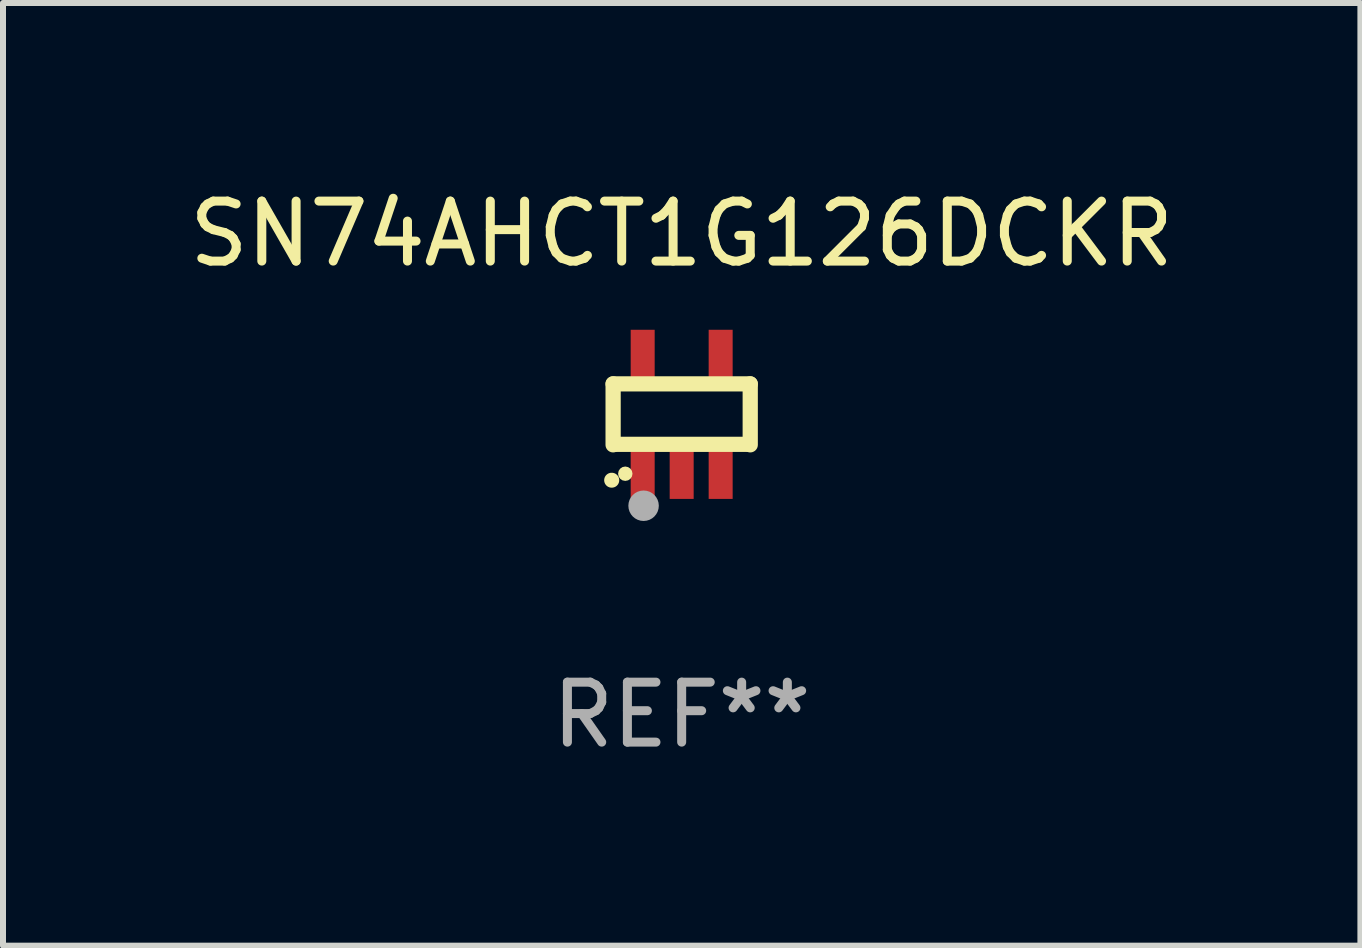
<source format=kicad_pcb>
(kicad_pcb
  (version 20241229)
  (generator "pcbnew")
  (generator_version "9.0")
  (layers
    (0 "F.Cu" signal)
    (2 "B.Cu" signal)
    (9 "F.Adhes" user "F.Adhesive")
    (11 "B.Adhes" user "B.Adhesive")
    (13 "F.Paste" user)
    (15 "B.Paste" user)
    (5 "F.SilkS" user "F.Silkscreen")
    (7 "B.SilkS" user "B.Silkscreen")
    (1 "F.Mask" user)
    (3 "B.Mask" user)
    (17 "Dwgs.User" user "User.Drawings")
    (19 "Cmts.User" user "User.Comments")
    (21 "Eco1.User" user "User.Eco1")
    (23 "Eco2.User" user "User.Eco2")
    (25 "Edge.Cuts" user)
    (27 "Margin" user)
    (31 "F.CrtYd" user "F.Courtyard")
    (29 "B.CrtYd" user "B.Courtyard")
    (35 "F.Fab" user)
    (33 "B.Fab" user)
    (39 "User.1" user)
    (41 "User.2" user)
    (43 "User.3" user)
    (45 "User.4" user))
  (footprint "SN74AHCT1G126DCKR"
    (layer "F.Cu")
    (at 8.315 3.858)
    (property "Reference" "SN74AHCT1G126DCKR" (at 0 -3.01 0) (layer "F.SilkS") (effects (font (size 1 1) (thickness 0.15))))
    (attr through_hole)
    (fp_line (start -1.143 -0.508) (end -1.143 0.508) (stroke (width 0.254) (type solid)) (layer "F.SilkS"))
    (fp_line (start -1.1 0.5) (end 1.1 0.5) (stroke (width 0.254) (type solid)) (layer "F.SilkS"))
    (fp_line (start 1.143 -0.508) (end -1.143 -0.508) (stroke (width 0.254) (type solid)) (layer "F.SilkS"))
    (fp_line (start 1.143 0.508) (end 1.143 -0.508) (stroke (width 0.254) (type solid)) (layer "F.SilkS"))
    (fp_arc (start -1.167717 1.098095) (mid -1.166447 1.098088) (end -1.165177 1.098095) (stroke (width 0.24892) (type solid)) (layer "F.SilkS"))
    (fp_circle (center -0.94 0.99) (end -0.88 0.99) (stroke (width 0.12) (type solid)) (fill no) (layer "F.SilkS"))
    (fp_circle (center -0.635 1.524) (end -0.508 1.524) (stroke (width 0.254) (type solid)) (fill no) (layer "F.Fab"))
    (fp_text user "REF**" (at 0 5.01 0) (layer "F.Fab") (effects (font (size 1 1) (thickness 0.15))))
    (pad "1" smd rect (at -0.65 1.01 180) (size 0.4 0.8) (layers "F.Cu" "F.Mask" "F.Paste"))
    (pad "2" smd rect (at 0 1.01 180) (size 0.4 0.8) (layers "F.Cu" "F.Mask" "F.Paste"))
    (pad "3" smd rect (at 0.65 1.01 180) (size 0.4 0.8) (layers "F.Cu" "F.Mask" "F.Paste"))
    (pad "4" smd rect (at 0.65 -1.01 180) (size 0.4 0.8) (layers "F.Cu" "F.Mask" "F.Paste"))
    (pad "5" smd rect (at -0.65 -1.01 180) (size 0.4 0.8) (layers "F.Cu" "F.Mask" "F.Paste")))
  (gr_rect
    (start -3 -3)
    (end 19.631 12.716)
    (stroke (width 0.1) (type default))
    (fill no)
    (layer "Edge.Cuts")))
</source>
